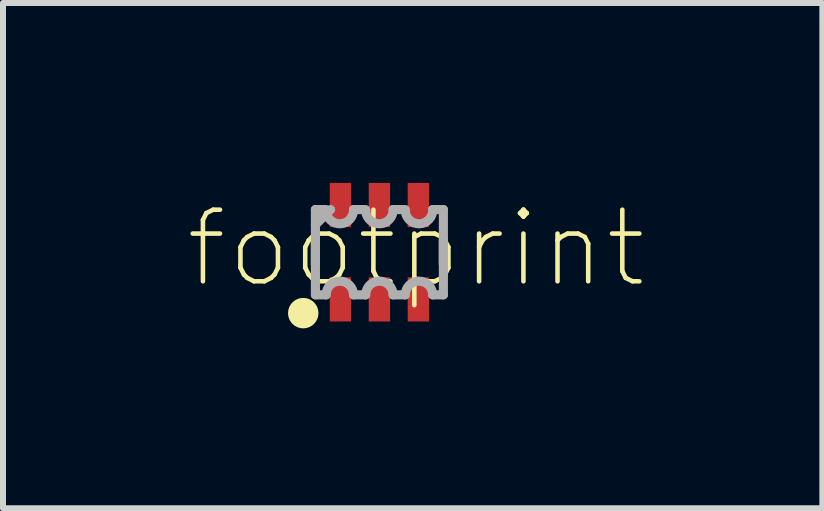
<source format=kicad_pcb>
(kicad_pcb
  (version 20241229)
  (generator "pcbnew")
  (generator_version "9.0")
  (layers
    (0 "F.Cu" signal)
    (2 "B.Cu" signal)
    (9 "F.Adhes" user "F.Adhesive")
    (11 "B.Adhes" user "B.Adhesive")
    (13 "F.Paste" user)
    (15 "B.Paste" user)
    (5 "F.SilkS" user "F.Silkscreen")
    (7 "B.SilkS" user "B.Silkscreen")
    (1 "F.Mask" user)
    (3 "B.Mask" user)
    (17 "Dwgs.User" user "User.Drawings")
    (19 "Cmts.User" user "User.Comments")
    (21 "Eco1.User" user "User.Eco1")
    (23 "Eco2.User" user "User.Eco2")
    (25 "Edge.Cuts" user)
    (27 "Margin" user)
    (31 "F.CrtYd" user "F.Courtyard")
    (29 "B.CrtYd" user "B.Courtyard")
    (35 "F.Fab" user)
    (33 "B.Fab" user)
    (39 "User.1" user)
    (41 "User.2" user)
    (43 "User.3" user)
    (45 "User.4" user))
  (footprint "footprint"
    (layer "F.Cu")
    (at 3.277 1.156)
    (property "Reference" "footprint" (at -3.277 0.635 0) (layer "F.SilkS") (effects (font (size 1.194 1.194) (thickness 0.076)) (justify left bottom)))
    (fp_line (start -1.067 0.203) (end -1.067 -0.203) (stroke (width 0.152) (type solid)) (layer "F.SilkS"))
    (fp_line (start 1.067 0.203) (end 1.067 -0.203) (stroke (width 0.152) (type solid)) (layer "F.SilkS"))
    (fp_circle (center -1.27 1.016) (end -1.143 1.016) (stroke (width 0.254) (type solid)) (fill no) (layer "F.SilkS"))
    (fp_line (start -1.067 -0.711) (end -1.067 0.711) (stroke (width 0.152) (type solid)) (layer "F.Fab"))
    (fp_line (start -0.889 -0.711) (end -1.067 -0.711) (stroke (width 0.152) (type solid)) (layer "F.Fab"))
    (fp_line (start -0.889 0.711) (end -1.067 0.711) (stroke (width 0.152) (type solid)) (layer "F.Fab"))
    (fp_line (start -0.813 -0.711) (end -1.067 -0.457) (stroke (width 0.152) (type solid)) (layer "F.Fab"))
    (fp_line (start -0.229 -0.711) (end -0.432 -0.711) (stroke (width 0.152) (type solid)) (layer "F.Fab"))
    (fp_line (start -0.229 0.711) (end -0.432 0.711) (stroke (width 0.152) (type solid)) (layer "F.Fab"))
    (fp_line (start 0.432 -0.711) (end 0.229 -0.711) (stroke (width 0.152) (type solid)) (layer "F.Fab"))
    (fp_line (start 0.432 0.711) (end 0.229 0.711) (stroke (width 0.152) (type solid)) (layer "F.Fab"))
    (fp_line (start 0.889 -0.711) (end 1.067 -0.711) (stroke (width 0.152) (type solid)) (layer "F.Fab"))
    (fp_line (start 0.889 0.711) (end 1.067 0.711) (stroke (width 0.152) (type solid)) (layer "F.Fab"))
    (fp_line (start 1.067 -0.711) (end 1.067 0.711) (stroke (width 0.152) (type solid)) (layer "F.Fab"))
    (fp_arc (start -0.889 0.7112) (mid -0.6604 0.4826) (end -0.4318 0.7112) (stroke (width 0.1524) (type solid)) (layer "F.Fab"))
    (fp_arc (start -0.4318 -0.7112) (mid -0.6477 -0.4699) (end -0.889 -0.6858) (stroke (width 0.1524) (type solid)) (layer "F.Fab"))
    (fp_arc (start -0.2286 0.7112) (mid 0 0.4826) (end 0.2286 0.7112) (stroke (width 0.1524) (type solid)) (layer "F.Fab"))
    (fp_arc (start 0.2286 -0.7112) (mid 0.0127 -0.4699) (end -0.2286 -0.6858) (stroke (width 0.1524) (type solid)) (layer "F.Fab"))
    (fp_arc (start 0.4318 0.7112) (mid 0.6604 0.4826) (end 0.889 0.7112) (stroke (width 0.1524) (type solid)) (layer "F.Fab"))
    (fp_arc (start 0.889 -0.7112) (mid 0.6731 -0.4699) (end 0.4318 -0.6858) (stroke (width 0.1524) (type solid)) (layer "F.Fab"))
    (pad "1" smd rect (at -0.65 0.787 90) (size 0.737 0.356) (layers "F.Cu" "F.Mask" "F.Paste"))
    (pad "2" smd rect (at 0 0.787 90) (size 0.737 0.356) (layers "F.Cu" "F.Mask" "F.Paste"))
    (pad "3" smd rect (at 0.65 0.787 90) (size 0.737 0.356) (layers "F.Cu" "F.Mask" "F.Paste"))
    (pad "4" smd rect (at 0.65 -0.787 270) (size 0.737 0.356) (layers "F.Cu" "F.Mask" "F.Paste"))
    (pad "5" smd rect (at 0 -0.787 270) (size 0.737 0.356) (layers "F.Cu" "F.Mask" "F.Paste"))
    (pad "6" smd rect (at -0.65 -0.787 270) (size 0.737 0.356) (layers "F.Cu" "F.Mask" "F.Paste")))
  (gr_rect
    (start -3 -3)
    (end 10.664 5.426)
    (stroke (width 0.1) (type default))
    (fill no)
    (layer "Edge.Cuts")))
</source>
